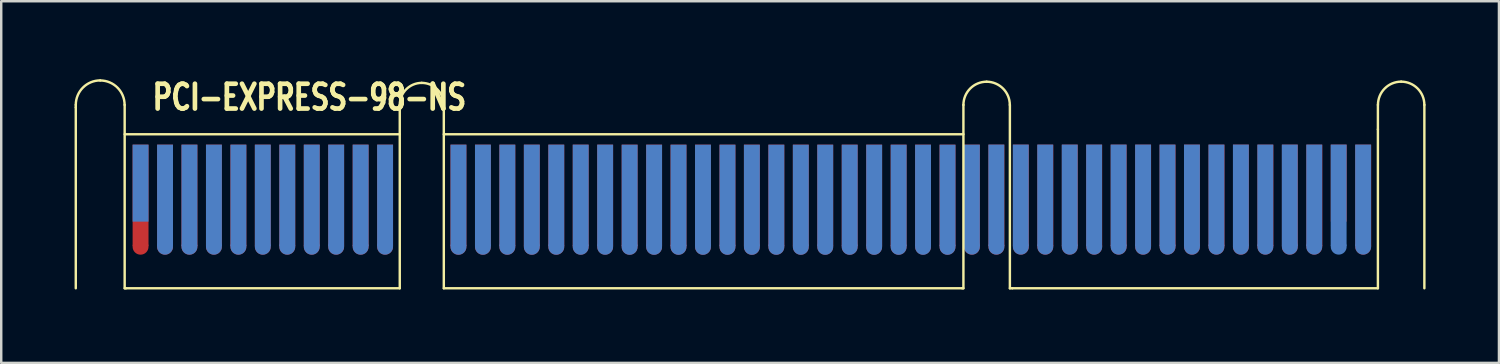
<source format=kicad_pcb>
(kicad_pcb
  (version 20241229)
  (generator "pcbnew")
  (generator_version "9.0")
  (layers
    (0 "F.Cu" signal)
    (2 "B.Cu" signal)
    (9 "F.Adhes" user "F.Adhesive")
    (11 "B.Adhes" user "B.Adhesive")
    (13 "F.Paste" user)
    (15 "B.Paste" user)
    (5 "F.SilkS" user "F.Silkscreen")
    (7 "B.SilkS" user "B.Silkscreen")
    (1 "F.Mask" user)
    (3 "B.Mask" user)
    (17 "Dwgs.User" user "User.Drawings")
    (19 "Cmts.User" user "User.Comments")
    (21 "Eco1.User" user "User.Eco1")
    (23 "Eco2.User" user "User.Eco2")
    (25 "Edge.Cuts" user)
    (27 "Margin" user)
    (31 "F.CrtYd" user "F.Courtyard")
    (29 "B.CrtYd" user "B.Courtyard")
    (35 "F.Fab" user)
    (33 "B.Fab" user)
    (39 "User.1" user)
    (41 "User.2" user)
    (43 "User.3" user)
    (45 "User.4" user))
  (footprint "PCI-EXPRESS-98-NS"
    (layer "F.Cu")
    (at 14.047 4.739)
    (property "Reference" "PCI-EXPRESS-98-NS" (at -4.445 -3.81 0) (layer "F.SilkS") (effects (font (size 1.016 0.762) (thickness 0.191))))
    (attr through_hole)
    (fp_line (start -13.998 -3.399) (end -13.998 -3.5) (stroke (width 0.099) (type solid)) (layer "F.SilkS"))
    (fp_line (start -13.998 4) (end -13.998 -3.399) (stroke (width 0.099) (type solid)) (layer "F.SilkS"))
    (fp_line (start -11.999 -2.299) (end -11.999 -3.5) (stroke (width 0.099) (type solid)) (layer "F.SilkS"))
    (fp_line (start -11.999 4) (end -11.999 -2.299) (stroke (width 0.099) (type solid)) (layer "F.SilkS"))
    (fp_line (start -11.999 4) (end -11.948 4) (stroke (width 0.099) (type solid)) (layer "F.SilkS"))
    (fp_line (start -11.948 -2.299) (end -0.749 -2.299) (stroke (width 0.099) (type solid)) (layer "F.SilkS"))
    (fp_line (start -11.948 4) (end -0.749 4) (stroke (width 0.099) (type solid)) (layer "F.SilkS"))
    (fp_line (start -0.749 -3.5) (end -0.749 4) (stroke (width 0.099) (type solid)) (layer "F.SilkS"))
    (fp_line (start 1.052 -3.5) (end 1.052 4) (stroke (width 0.099) (type solid)) (layer "F.SilkS"))
    (fp_line (start 1.052 4) (end 22.25 4) (stroke (width 0.099) (type solid)) (layer "F.SilkS"))
    (fp_line (start 22.25 -2.299) (end 1.052 -2.299) (stroke (width 0.099) (type solid)) (layer "F.SilkS"))
    (fp_line (start 22.301 -2.299) (end 22.301 -3.5) (stroke (width 0.099) (type solid)) (layer "F.SilkS"))
    (fp_line (start 22.301 4) (end 22.25 4) (stroke (width 0.099) (type solid)) (layer "F.SilkS"))
    (fp_line (start 22.301 4) (end 22.301 -2.299) (stroke (width 0.099) (type solid)) (layer "F.SilkS"))
    (fp_line (start 24.201 4.003) (end 24.201 -3.498) (stroke (width 0.099) (type solid)) (layer "F.SilkS"))
    (fp_line (start 24.3 4) (end 24.201 4) (stroke (width 0.099) (type solid)) (layer "F.SilkS"))
    (fp_line (start 24.3 4) (end 39.251 4) (stroke (width 0.099) (type solid)) (layer "F.SilkS"))
    (fp_line (start 39.251 -2.499) (end 39.251 -3.5) (stroke (width 0.099) (type solid)) (layer "F.SilkS"))
    (fp_line (start 39.251 4) (end 39.251 -2.499) (stroke (width 0.099) (type solid)) (layer "F.SilkS"))
    (fp_line (start 41.151 -3.5) (end 41.151 4) (stroke (width 0.099) (type solid)) (layer "F.SilkS"))
    (fp_arc (start -13.99794 -3.50012) (mid -13.704824 -4.207764) (end -12.99718 -4.50088) (stroke (width 0.09906) (type solid)) (layer "F.SilkS"))
    (fp_arc (start -12.99972 -4.49834) (mid -12.293872 -4.205968) (end -12.0015 -3.50012) (stroke (width 0.09906) (type solid)) (layer "F.SilkS"))
    (fp_arc (start -0.7493 -3.50012) (mid -0.485942 -4.135922) (end 0.14986 -4.39928) (stroke (width 0.09906) (type solid)) (layer "F.SilkS"))
    (fp_arc (start 0.14986 -4.39928) (mid 0.785662 -4.135922) (end 1.04902 -3.50012) (stroke (width 0.09906) (type solid)) (layer "F.SilkS"))
    (fp_arc (start 22.3012 -3.49758) (mid 22.579437 -4.169303) (end 23.25116 -4.44754) (stroke (width 0.09906) (type solid)) (layer "F.SilkS"))
    (fp_arc (start 23.24862 -4.44754) (mid 23.920343 -4.169303) (end 24.19858 -3.49758) (stroke (width 0.09906) (type solid)) (layer "F.SilkS"))
    (fp_arc (start 39.25316 -3.50012) (mid 39.531397 -4.171843) (end 40.20312 -4.45008) (stroke (width 0.09906) (type solid)) (layer "F.SilkS"))
    (fp_arc (start 40.20058 -4.45008) (mid 40.872303 -4.171843) (end 41.15054 -3.50012) (stroke (width 0.09906) (type solid)) (layer "F.SilkS"))
    (pad "" connect circle (at -11.349 2.301) (size 0.65 0.65) (layers "F.Cu" "F.Mask"))
    (pad "" connect circle (at -10.348 2.301) (size 0.65 0.65) (layers "F.Cu" "F.Mask"))
    (pad "" connect oval (at -10.348 2.301 90) (size 0.65 0.65) (layers "B.Cu" "B.Mask"))
    (pad "" connect circle (at -9.35 2.301) (size 0.65 0.65) (layers "F.Cu" "F.Mask"))
    (pad "" connect oval (at -9.35 2.301 90) (size 0.65 0.65) (layers "B.Cu" "B.Mask"))
    (pad "" connect circle (at -8.349 2.301) (size 0.65 0.65) (layers "F.Cu" "F.Mask"))
    (pad "" connect oval (at -8.349 2.301 90) (size 0.65 0.65) (layers "B.Cu" "B.Mask"))
    (pad "" connect circle (at -7.348 2.301) (size 0.65 0.65) (layers "F.Cu" "F.Mask"))
    (pad "" connect oval (at -7.348 2.301 90) (size 0.65 0.65) (layers "B.Cu" "B.Mask"))
    (pad "" connect circle (at -6.35 2.301) (size 0.65 0.65) (layers "F.Cu" "F.Mask"))
    (pad "" connect oval (at -6.35 2.301 90) (size 0.65 0.65) (layers "B.Cu" "B.Mask"))
    (pad "" connect circle (at -5.349 2.301) (size 0.65 0.65) (layers "F.Cu" "F.Mask"))
    (pad "" connect oval (at -5.349 2.301 90) (size 0.65 0.65) (layers "B.Cu" "B.Mask"))
    (pad "" connect circle (at -4.348 2.301) (size 0.65 0.65) (layers "F.Cu" "F.Mask"))
    (pad "" connect oval (at -4.348 2.301 90) (size 0.65 0.65) (layers "B.Cu" "B.Mask"))
    (pad "" connect circle (at -3.35 2.301) (size 0.65 0.65) (layers "F.Cu" "F.Mask"))
    (pad "" connect oval (at -3.35 2.301 90) (size 0.65 0.65) (layers "B.Cu" "B.Mask"))
    (pad "" connect circle (at -2.349 2.301) (size 0.65 0.65) (layers "F.Cu" "F.Mask"))
    (pad "" connect oval (at -2.349 2.301 90) (size 0.65 0.65) (layers "B.Cu" "B.Mask"))
    (pad "" connect circle (at -1.349 2.301) (size 0.65 0.65) (layers "F.Cu" "F.Mask"))
    (pad "" connect oval (at -1.349 2.301 90) (size 0.65 0.65) (layers "B.Cu" "B.Mask"))
    (pad "" connect circle (at 1.651 2.304) (size 0.65 0.65) (layers "F.Cu" "F.Mask"))
    (pad "" connect oval (at 1.651 2.304 90) (size 0.65 0.65) (layers "B.Cu" "B.Mask"))
    (pad "" connect circle (at 2.652 2.304) (size 0.65 0.65) (layers "F.Cu" "F.Mask"))
    (pad "" connect oval (at 2.652 2.304 90) (size 0.65 0.65) (layers "B.Cu" "B.Mask"))
    (pad "" connect circle (at 3.65 2.304) (size 0.65 0.65) (layers "F.Cu" "F.Mask"))
    (pad "" connect oval (at 3.65 2.304 90) (size 0.65 0.65) (layers "B.Cu" "B.Mask"))
    (pad "" connect circle (at 4.651 2.304) (size 0.65 0.65) (layers "F.Cu" "F.Mask"))
    (pad "" connect oval (at 4.651 2.304 90) (size 0.65 0.65) (layers "B.Cu" "B.Mask"))
    (pad "" connect circle (at 5.652 2.304) (size 0.65 0.65) (layers "F.Cu" "F.Mask"))
    (pad "" connect oval (at 5.652 2.304 90) (size 0.65 0.65) (layers "B.Cu" "B.Mask"))
    (pad "" connect circle (at 6.65 2.301) (size 0.65 0.65) (layers "F.Cu" "F.Mask"))
    (pad "" connect oval (at 6.65 2.304 90) (size 0.65 0.65) (layers "B.Cu" "B.Mask"))
    (pad "" connect circle (at 7.65 2.301) (size 0.65 0.65) (layers "F.Cu" "F.Mask"))
    (pad "" connect oval (at 7.65 2.304 90) (size 0.65 0.65) (layers "B.Cu" "B.Mask"))
    (pad "" connect oval (at 8.651 2.304 90) (size 0.65 0.65) (layers "F.Cu" "B.Mask"))
    (pad "" connect oval (at 8.651 2.306 90) (size 0.65 0.65) (layers "B.Cu" "B.Mask"))
    (pad "" connect oval (at 9.652 2.304 180) (size 0.65 0.65) (layers "F.Cu" "B.Mask"))
    (pad "" connect oval (at 9.652 2.306 90) (size 0.65 0.65) (layers "B.Cu" "B.Mask"))
    (pad "" connect oval (at 10.65 2.304 180) (size 0.65 0.65) (layers "F.Cu" "B.Mask"))
    (pad "" connect oval (at 10.65 2.306 90) (size 0.65 0.65) (layers "B.Cu" "B.Mask"))
    (pad "" connect oval (at 11.651 2.304 180) (size 0.65 0.65) (layers "F.Cu" "B.Mask"))
    (pad "" connect oval (at 11.651 2.306 90) (size 0.65 0.65) (layers "B.Cu" "B.Mask"))
    (pad "" connect oval (at 12.652 2.304 180) (size 0.65 0.65) (layers "F.Cu" "B.Mask"))
    (pad "" connect oval (at 12.652 2.306 90) (size 0.65 0.65) (layers "B.Cu" "B.Mask"))
    (pad "" connect oval (at 13.65 2.306 180) (size 0.65 0.65) (layers "F.Cu" "B.Mask"))
    (pad "" connect oval (at 13.65 2.306 90) (size 0.65 0.65) (layers "B.Cu" "B.Mask"))
    (pad "" connect oval (at 14.651 2.304 180) (size 0.65 0.65) (layers "F.Cu" "B.Mask"))
    (pad "" connect oval (at 14.651 2.306 90) (size 0.65 0.65) (layers "B.Cu" "B.Mask"))
    (pad "" connect oval (at 15.651 2.304 180) (size 0.65 0.65) (layers "F.Cu" "B.Mask"))
    (pad "" connect oval (at 15.651 2.306 90) (size 0.65 0.65) (layers "B.Cu" "B.Mask"))
    (pad "" connect oval (at 16.65 2.304 180) (size 0.65 0.65) (layers "F.Cu" "B.Mask"))
    (pad "" connect oval (at 16.65 2.306 90) (size 0.65 0.65) (layers "B.Cu" "B.Mask"))
    (pad "" connect oval (at 17.65 2.304 180) (size 0.65 0.65) (layers "F.Cu" "B.Mask"))
    (pad "" connect oval (at 17.65 2.306 90) (size 0.65 0.65) (layers "B.Cu" "B.Mask"))
    (pad "" connect oval (at 18.651 2.304 180) (size 0.65 0.65) (layers "F.Cu" "B.Mask"))
    (pad "" connect oval (at 18.651 2.306 90) (size 0.65 0.65) (layers "B.Cu" "B.Mask"))
    (pad "" connect oval (at 19.652 2.304 180) (size 0.65 0.65) (layers "F.Cu" "B.Mask"))
    (pad "" connect oval (at 19.652 2.306 90) (size 0.65 0.65) (layers "B.Cu" "B.Mask"))
    (pad "" connect circle (at 20.65 2.301) (size 0.65 0.65) (layers "F.Cu" "F.Mask"))
    (pad "" connect oval (at 20.65 2.306 90) (size 0.65 0.65) (layers "B.Cu" "B.Mask"))
    (pad "" connect oval (at 21.651 2.304 180) (size 0.65 0.65) (layers "F.Cu" "B.Mask"))
    (pad "" connect oval (at 21.651 2.306 90) (size 0.65 0.65) (layers "B.Cu" "B.Mask"))
    (pad "" connect circle (at 22.649 2.299) (size 0.65 0.65) (layers "F.Mask" "B.Cu"))
    (pad "" connect circle (at 22.649 2.301) (size 0.65 0.65) (layers "F.Cu" "F.Mask"))
    (pad "" connect circle (at 23.65 2.299) (size 0.65 0.65) (layers "F.Mask" "B.Cu"))
    (pad "" connect circle (at 23.65 2.301) (size 0.65 0.65) (layers "F.Cu" "F.Mask"))
    (pad "" connect circle (at 24.648 2.299) (size 0.65 0.65) (layers "F.Mask" "B.Cu"))
    (pad "" connect circle (at 24.651 2.299) (size 0.65 0.65) (layers "F.Cu" "F.Mask"))
    (pad "" connect circle (at 25.649 2.299) (size 0.65 0.65) (layers "F.Mask" "B.Cu"))
    (pad "" connect circle (at 25.649 2.301) (size 0.65 0.65) (layers "F.Cu" "F.Mask"))
    (pad "" connect circle (at 26.65 2.299) (size 0.65 0.65) (layers "F.Cu" "F.Mask"))
    (pad "" connect circle (at 26.65 2.299) (size 0.65 0.65) (layers "F.Mask" "B.Cu"))
    (pad "" connect circle (at 27.65 2.299) (size 0.65 0.65) (layers "F.Mask" "B.Cu"))
    (pad "" connect circle (at 27.65 2.301) (size 0.65 0.65) (layers "F.Cu" "F.Mask"))
    (pad "" connect circle (at 28.649 2.299) (size 0.65 0.65) (layers "F.Mask" "B.Cu"))
    (pad "" connect circle (at 28.651 2.299) (size 0.65 0.65) (layers "F.Cu" "F.Mask"))
    (pad "" connect circle (at 29.649 2.299) (size 0.65 0.65) (layers "F.Mask" "B.Cu"))
    (pad "" connect circle (at 29.649 2.301) (size 0.65 0.65) (layers "F.Cu" "F.Mask"))
    (pad "" connect circle (at 30.648 2.299) (size 0.65 0.65) (layers "F.Mask" "B.Cu"))
    (pad "" connect circle (at 30.65 2.299) (size 0.65 0.65) (layers "F.Cu" "F.Mask"))
    (pad "" connect circle (at 31.648 2.299) (size 0.65 0.65) (layers "F.Mask" "B.Cu"))
    (pad "" connect circle (at 31.648 2.301) (size 0.65 0.65) (layers "F.Cu" "F.Mask"))
    (pad "" connect circle (at 32.647 2.299) (size 0.65 0.65) (layers "F.Mask" "B.Cu"))
    (pad "" connect circle (at 32.649 2.299) (size 0.65 0.65) (layers "F.Cu" "F.Mask"))
    (pad "" connect circle (at 33.647 2.299) (size 0.65 0.65) (layers "F.Mask" "B.Cu"))
    (pad "" connect circle (at 33.647 2.301) (size 0.65 0.65) (layers "F.Cu" "F.Mask"))
    (pad "" connect circle (at 34.648 2.299) (size 0.65 0.65) (layers "F.Cu" "F.Mask"))
    (pad "" connect circle (at 34.648 2.299) (size 0.65 0.65) (layers "F.Mask" "B.Cu"))
    (pad "" connect circle (at 35.649 2.299) (size 0.65 0.65) (layers "F.Mask" "B.Cu"))
    (pad "" connect circle (at 35.649 2.301) (size 0.65 0.65) (layers "F.Cu" "F.Mask"))
    (pad "" connect circle (at 36.647 2.299) (size 0.65 0.65) (layers "F.Mask" "B.Cu"))
    (pad "" connect circle (at 36.65 2.299) (size 0.65 0.65) (layers "F.Cu" "F.Mask"))
    (pad "" connect circle (at 37.648 2.299) (size 0.65 0.65) (layers "F.Mask" "B.Cu"))
    (pad "" connect circle (at 38.649 2.299) (size 0.65 0.65) (layers "F.Cu" "F.Mask"))
    (pad "" connect circle (at 38.649 2.299) (size 0.65 0.65) (layers "F.Mask" "B.Cu"))
    (pad "A1" connect rect (at -11.349 -0.3) (size 0.65 3.15) (layers "B.Cu" "B.Mask"))
    (pad "A2" connect rect (at -10.348 0.201) (size 0.65 4.15) (layers "B.Cu" "B.Mask"))
    (pad "A3" connect rect (at -9.35 0.201) (size 0.65 4.15) (layers "B.Cu" "B.Mask"))
    (pad "A4" connect rect (at -8.349 0.201) (size 0.65 4.15) (layers "B.Cu" "B.Mask"))
    (pad "A5" connect rect (at -7.348 0.201) (size 0.65 4.15) (layers "B.Cu" "B.Mask"))
    (pad "A6" connect rect (at -6.35 0.201) (size 0.65 4.15) (layers "B.Cu" "B.Mask"))
    (pad "A7" connect rect (at -5.349 0.201) (size 0.65 4.15) (layers "B.Cu" "B.Mask"))
    (pad "A8" connect rect (at -4.348 0.201) (size 0.65 4.15) (layers "B.Cu" "B.Mask"))
    (pad "A9" connect rect (at -3.35 0.201) (size 0.65 4.15) (layers "B.Cu" "B.Mask"))
    (pad "A10" connect rect (at -2.349 0.201) (size 0.65 4.15) (layers "B.Cu" "B.Mask"))
    (pad "A11" connect rect (at -1.349 0.201) (size 0.65 4.15) (layers "B.Cu" "B.Mask"))
    (pad "A12" connect rect (at 1.651 0.201) (size 0.65 4.15) (layers "B.Cu" "B.Mask"))
    (pad "A13" connect rect (at 2.652 0.201) (size 0.65 4.15) (layers "B.Cu" "B.Mask"))
    (pad "A14" connect rect (at 3.65 0.201) (size 0.65 4.15) (layers "B.Cu" "B.Mask"))
    (pad "A15" connect rect (at 4.651 0.201) (size 0.65 4.15) (layers "B.Cu" "B.Mask"))
    (pad "A16" connect rect (at 5.652 0.201) (size 0.65 4.15) (layers "B.Cu" "B.Mask"))
    (pad "A17" connect rect (at 6.65 0.201) (size 0.65 4.15) (layers "B.Cu" "B.Mask"))
    (pad "A18" connect rect (at 7.65 0.201) (size 0.65 4.15) (layers "B.Cu" "B.Mask"))
    (pad "A19" connect rect (at 8.651 0.203) (size 0.65 4.15) (layers "B.Cu" "B.Mask"))
    (pad "A20" connect rect (at 9.652 0.203) (size 0.65 4.15) (layers "B.Cu" "B.Mask"))
    (pad "A21" connect rect (at 10.65 0.203) (size 0.65 4.15) (layers "B.Cu" "B.Mask"))
    (pad "A22" connect rect (at 11.651 0.203) (size 0.65 4.15) (layers "B.Cu" "B.Mask"))
    (pad "A23" connect rect (at 12.652 0.203) (size 0.65 4.15) (layers "B.Cu" "B.Mask"))
    (pad "A24" connect rect (at 13.65 0.203) (size 0.65 4.15) (layers "B.Cu" "B.Mask"))
    (pad "A25" connect rect (at 14.651 0.203) (size 0.65 4.15) (layers "B.Cu" "B.Mask"))
    (pad "A26" connect rect (at 15.651 0.203) (size 0.65 4.15) (layers "B.Cu" "B.Mask"))
    (pad "A27" connect rect (at 16.65 0.203) (size 0.65 4.15) (layers "B.Cu" "B.Mask"))
    (pad "A28" connect rect (at 17.65 0.203) (size 0.65 4.15) (layers "B.Cu" "B.Mask"))
    (pad "A29" connect rect (at 18.651 0.203) (size 0.65 4.15) (layers "B.Cu" "B.Mask"))
    (pad "A30" connect rect (at 19.652 0.203) (size 0.65 4.15) (layers "B.Cu" "B.Mask"))
    (pad "A31" connect rect (at 20.65 0.203) (size 0.65 4.15) (layers "B.Cu" "B.Mask"))
    (pad "A32" connect rect (at 21.651 0.203) (size 0.65 4.15) (layers "B.Cu" "B.Mask"))
    (pad "A33" connect rect (at 22.647 0.201) (size 0.65 4.15) (layers "B.Cu" "B.Mask"))
    (pad "A34" connect rect (at 23.647 0.198) (size 0.65 4.15) (layers "B.Cu" "B.Mask"))
    (pad "A35" connect rect (at 24.646 0.198) (size 0.65 4.15) (layers "B.Cu" "B.Mask"))
    (pad "A36" connect rect (at 25.646 0.198) (size 0.65 4.15) (layers "B.Cu" "B.Mask"))
    (pad "A37" connect rect (at 26.647 0.198) (size 0.65 4.15) (layers "B.Cu" "B.Mask"))
    (pad "A38" connect rect (at 27.645 0.198) (size 0.65 4.15) (layers "B.Cu" "B.Mask"))
    (pad "A39" connect rect (at 28.646 0.198) (size 0.65 4.15) (layers "B.Cu" "B.Mask"))
    (pad "A40" connect rect (at 29.647 0.198) (size 0.65 4.15) (layers "B.Cu" "B.Mask"))
    (pad "A41" connect rect (at 30.645 0.198) (size 0.65 4.15) (layers "B.Cu" "B.Mask"))
    (pad "A42" connect rect (at 31.646 0.198) (size 0.65 4.15) (layers "B.Cu" "B.Mask"))
    (pad "A43" connect rect (at 32.647 0.198) (size 0.65 4.15) (layers "B.Cu" "B.Mask"))
    (pad "A44" connect rect (at 33.647 0.198) (size 0.65 4.15) (layers "B.Cu" "B.Mask"))
    (pad "A45" connect rect (at 34.646 0.198) (size 0.65 4.15) (layers "B.Cu" "B.Mask"))
    (pad "A46" connect rect (at 35.646 0.198) (size 0.65 4.15) (layers "B.Cu" "B.Mask"))
    (pad "A47" connect rect (at 36.647 0.198) (size 0.65 4.15) (layers "B.Cu" "B.Mask"))
    (pad "A48" connect rect (at 37.645 0.198) (size 0.65 4.15) (layers "B.Cu" "B.Mask"))
    (pad "A49" connect rect (at 38.646 0.198) (size 0.65 4.15) (layers "B.Cu" "B.Mask"))
    (pad "B1" connect rect (at -11.349 0.201) (size 0.65 4.15) (layers "F.Cu" "B.Mask"))
    (pad "B2" connect rect (at -10.348 0.201) (size 0.65 4.15) (layers "F.Cu" "B.Mask"))
    (pad "B3" connect rect (at -9.35 0.201) (size 0.65 4.15) (layers "F.Cu" "B.Mask"))
    (pad "B4" connect rect (at -8.349 0.201) (size 0.65 4.15) (layers "F.Cu" "B.Mask"))
    (pad "B5" connect rect (at -7.348 0.201) (size 0.65 4.15) (layers "F.Cu" "B.Mask"))
    (pad "B6" connect rect (at -6.35 0.201) (size 0.65 4.15) (layers "F.Cu" "B.Mask"))
    (pad "B7" connect rect (at -5.349 0.201) (size 0.65 4.15) (layers "F.Cu" "B.Mask"))
    (pad "B8" connect rect (at -4.348 0.201) (size 0.65 4.15) (layers "F.Cu" "B.Mask"))
    (pad "B9" connect rect (at -3.35 0.201) (size 0.65 4.15) (layers "F.Cu" "B.Mask"))
    (pad "B10" connect rect (at -2.349 0.201) (size 0.65 4.15) (layers "F.Cu" "B.Mask"))
    (pad "B11" connect rect (at -1.349 0.201) (size 0.65 4.15) (layers "F.Cu" "B.Mask"))
    (pad "B12" connect rect (at 1.651 0.201) (size 0.65 4.15) (layers "F.Cu" "B.Mask"))
    (pad "B13" connect rect (at 2.652 0.201) (size 0.65 4.15) (layers "F.Cu" "B.Mask"))
    (pad "B14" connect rect (at 3.65 0.201) (size 0.65 4.15) (layers "F.Cu" "B.Mask"))
    (pad "B15" connect rect (at 4.651 0.201) (size 0.65 4.15) (layers "F.Cu" "B.Mask"))
    (pad "B16" connect rect (at 5.652 0.201) (size 0.65 4.15) (layers "F.Cu" "B.Mask"))
    (pad "B17" connect rect (at 6.65 0.201) (size 0.65 4.15) (layers "F.Cu" "B.Mask"))
    (pad "B18" connect rect (at 7.65 0.201) (size 0.65 4.15) (layers "F.Cu" "B.Mask"))
    (pad "B19" connect rect (at 8.651 0.201) (size 0.65 4.15) (layers "F.Cu" "B.Mask"))
    (pad "B20" connect rect (at 9.652 0.201) (size 0.65 4.15) (layers "F.Cu" "B.Mask"))
    (pad "B21" connect rect (at 10.65 0.201) (size 0.65 4.15) (layers "F.Cu" "B.Mask"))
    (pad "B22" connect rect (at 11.651 0.201) (size 0.65 4.15) (layers "F.Cu" "B.Mask"))
    (pad "B23" connect rect (at 12.652 0.201) (size 0.65 4.15) (layers "F.Cu" "B.Mask"))
    (pad "B24" connect rect (at 13.65 0.201) (size 0.65 4.15) (layers "F.Cu" "B.Mask"))
    (pad "B25" connect rect (at 14.651 0.201) (size 0.65 4.15) (layers "F.Cu" "B.Mask"))
    (pad "B26" connect rect (at 15.651 0.201) (size 0.65 4.15) (layers "F.Cu" "B.Mask"))
    (pad "B27" connect rect (at 16.65 0.201) (size 0.65 4.15) (layers "F.Cu" "B.Mask"))
    (pad "B28" connect rect (at 17.65 0.201) (size 0.65 4.15) (layers "F.Cu" "B.Mask"))
    (pad "B29" connect rect (at 18.651 0.201) (size 0.65 4.15) (layers "F.Cu" "B.Mask"))
    (pad "B30" connect rect (at 19.652 0.201) (size 0.65 4.15) (layers "F.Cu" "B.Mask"))
    (pad "B31" connect rect (at 20.65 0.201) (size 0.65 4.15) (layers "F.Cu" "B.Mask"))
    (pad "B32" connect rect (at 21.651 0.201) (size 0.65 4.15) (layers "F.Cu" "B.Mask"))
    (pad "B33" connect rect (at 22.649 0.201) (size 0.65 4.15) (layers "F.Cu" "B.Mask"))
    (pad "B34" connect rect (at 23.65 0.201) (size 0.65 4.15) (layers "F.Cu" "B.Mask"))
    (pad "B35" connect rect (at 24.651 0.201) (size 0.65 4.15) (layers "F.Cu" "B.Mask"))
    (pad "B36" connect rect (at 25.651 0.201) (size 0.65 4.15) (layers "F.Cu" "B.Mask"))
    (pad "B37" connect rect (at 26.652 0.201) (size 0.65 4.15) (layers "F.Cu" "B.Mask"))
    (pad "B38" connect rect (at 27.65 0.201) (size 0.65 4.15) (layers "F.Cu" "B.Mask"))
    (pad "B39" connect rect (at 28.651 0.201) (size 0.65 4.15) (layers "F.Cu" "B.Mask"))
    (pad "B40" connect rect (at 29.652 0.201) (size 0.65 4.15) (layers "F.Cu" "B.Mask"))
    (pad "B41" connect rect (at 30.65 0.201) (size 0.65 4.15) (layers "F.Cu" "B.Mask"))
    (pad "B42" connect rect (at 31.651 0.201) (size 0.65 4.15) (layers "F.Cu" "B.Mask"))
    (pad "B43" connect rect (at 32.652 0.201) (size 0.65 4.15) (layers "F.Cu" "B.Mask"))
    (pad "B44" connect rect (at 33.65 0.201) (size 0.65 4.15) (layers "F.Cu" "B.Mask"))
    (pad "B45" connect rect (at 34.651 0.201) (size 0.65 4.15) (layers "F.Cu" "B.Mask"))
    (pad "B46" connect rect (at 35.651 0.201) (size 0.65 4.15) (layers "F.Cu" "B.Mask"))
    (pad "B47" connect rect (at 36.652 0.201) (size 0.65 4.15) (layers "F.Cu" "B.Mask"))
    (pad "B48" connect rect (at 37.65 -0.3) (size 0.65 3.15) (layers "F.Cu" "B.Mask"))
    (pad "B49" connect rect (at 38.651 0.201) (size 0.65 4.15) (layers "F.Cu" "B.Mask")))
  (gr_rect
    (start -3 -3)
    (end 58.248 11.791)
    (stroke (width 0.1) (type default))
    (fill no)
    (layer "Edge.Cuts")))
</source>
